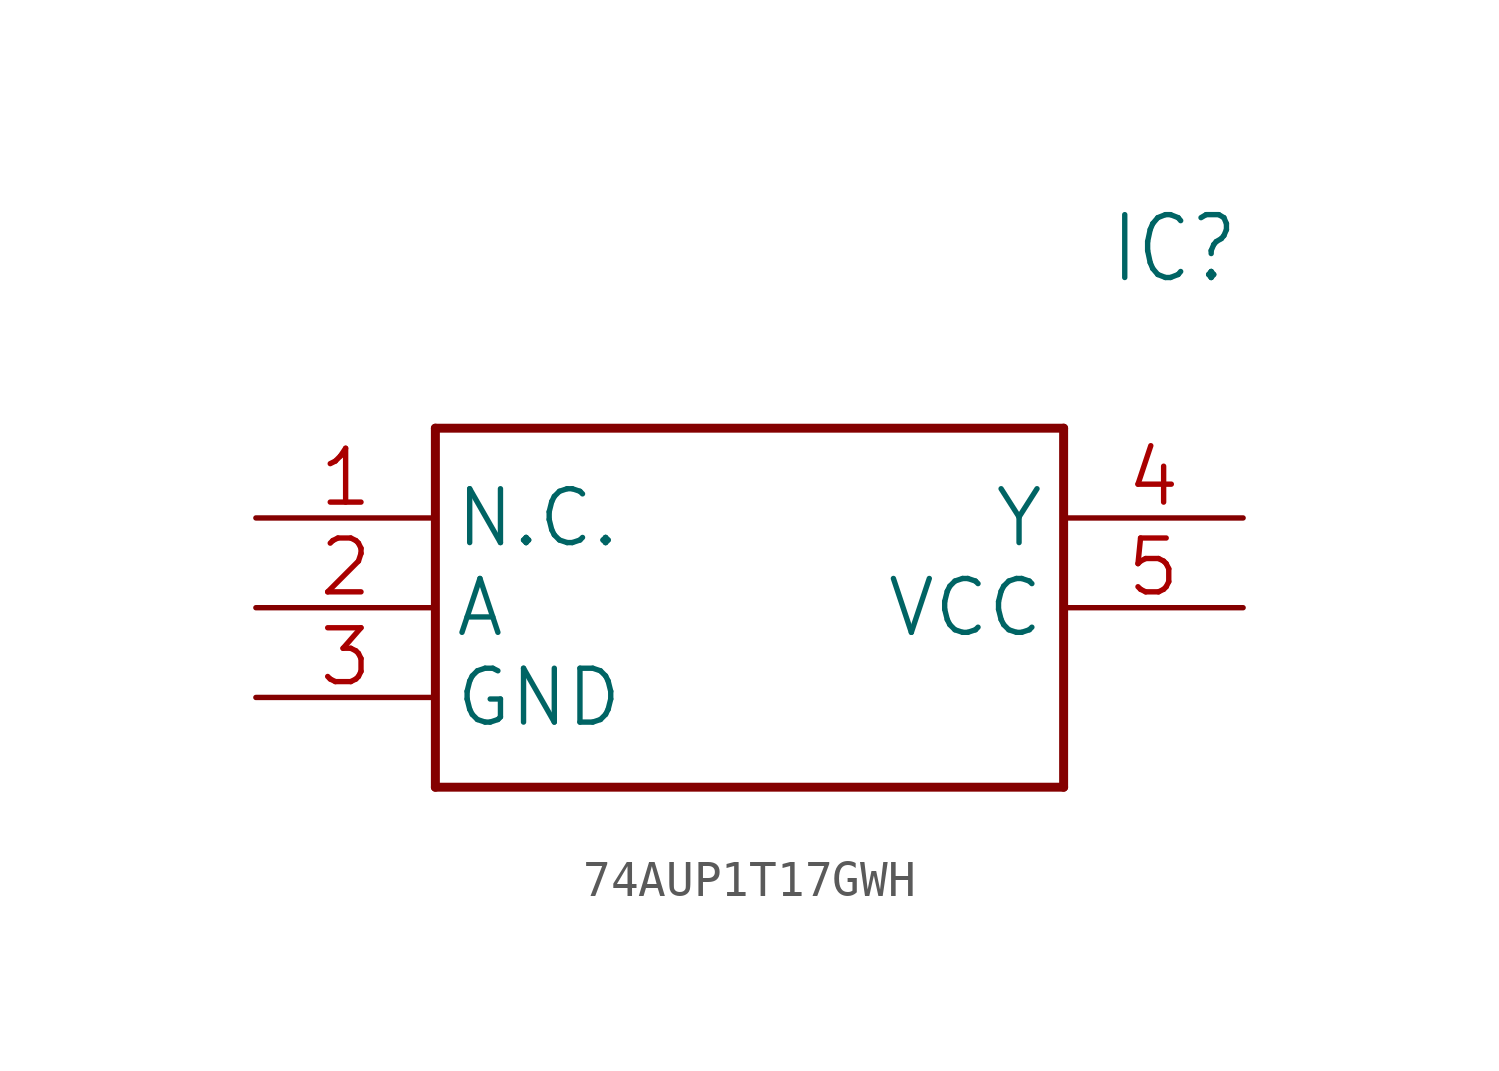
<source format=kicad_sym>
(kicad_symbol_lib
  (version 20241209)
  (generator "kicad_symbol_editor")
  (generator_version "9.0")
  (symbol "74AUP1T17GWH"
    (property "Reference" "IC"
      (at 24.13 7.62 0)
      (effects (font (size 1.778 1.511)) (justify left)))
    (property "Value" ""
      (at 24.13 5.08 0)
      (effects (font (size 1.778 1.511)) (justify left)))
    (property "ki_locked" ""
      (at 0 0 0)
      (effects (font (size 1.27 1.27))))
    (symbol "74AUP1T17GWH_1_0"
      (polyline (pts (xy 5.08 2.54) (xy 5.08 -7.62)) (stroke (width 0.254) (type solid)) (fill (type none)))
      (polyline (pts (xy 5.08 2.54) (xy 22.86 2.54)) (stroke (width 0.254) (type solid)) (fill (type none)))
      (polyline (pts (xy 22.86 -7.62) (xy 5.08 -7.62)) (stroke (width 0.254) (type solid)) (fill (type none)))
      (polyline (pts (xy 22.86 -7.62) (xy 22.86 2.54)) (stroke (width 0.254) (type solid)) (fill (type none)))
      (pin bidirectional line (at 0 0 0) (length 5.08) (name "N.C." (effects (font (size 1.524 1.524)))) (number "1" (effects (font (size 1.524 1.524)))))
      (pin bidirectional line (at 0 -2.54 0) (length 5.08) (name "A" (effects (font (size 1.524 1.524)))) (number "2" (effects (font (size 1.524 1.524)))))
      (pin bidirectional line (at 0 -5.08 0) (length 5.08) (name "GND" (effects (font (size 1.524 1.524)))) (number "3" (effects (font (size 1.524 1.524)))))
      (pin bidirectional line (at 27.94 0 180) (length 5.08) (name "Y" (effects (font (size 1.524 1.524)))) (number "4" (effects (font (size 1.524 1.524)))))
      (pin bidirectional line (at 27.94 -2.54 180) (length 5.08) (name "VCC" (effects (font (size 1.524 1.524)))) (number "5" (effects (font (size 1.524 1.524))))))))
</source>
